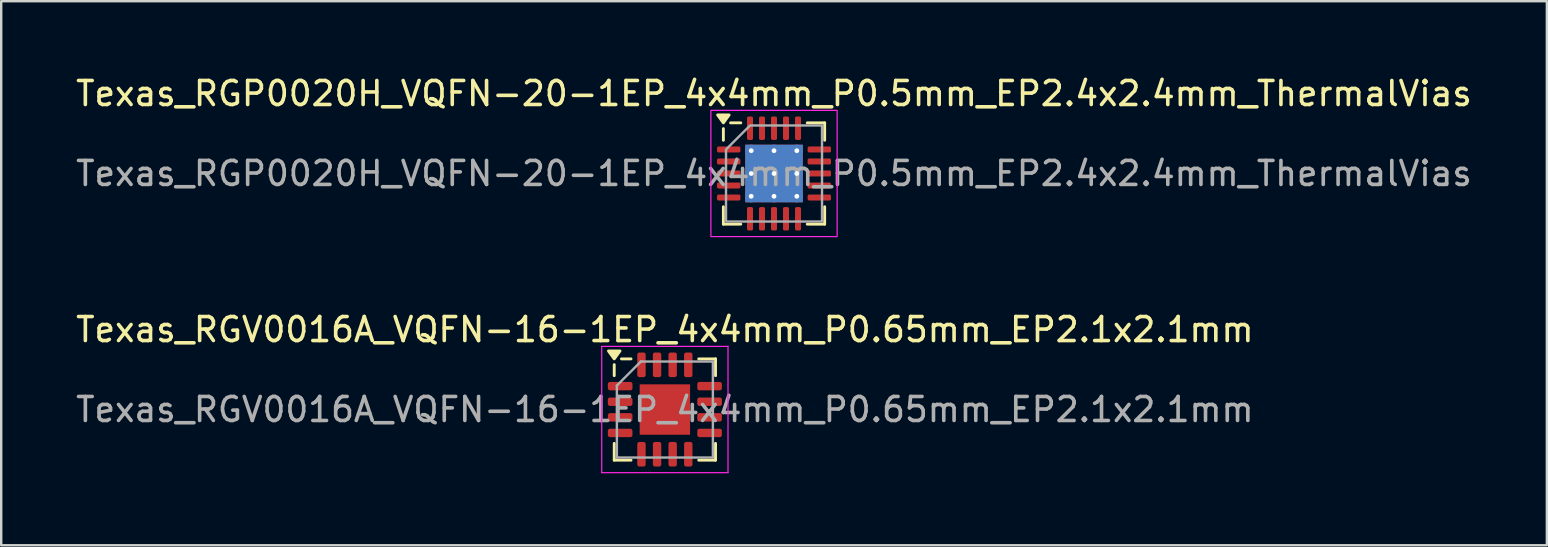
<source format=kicad_pcb>
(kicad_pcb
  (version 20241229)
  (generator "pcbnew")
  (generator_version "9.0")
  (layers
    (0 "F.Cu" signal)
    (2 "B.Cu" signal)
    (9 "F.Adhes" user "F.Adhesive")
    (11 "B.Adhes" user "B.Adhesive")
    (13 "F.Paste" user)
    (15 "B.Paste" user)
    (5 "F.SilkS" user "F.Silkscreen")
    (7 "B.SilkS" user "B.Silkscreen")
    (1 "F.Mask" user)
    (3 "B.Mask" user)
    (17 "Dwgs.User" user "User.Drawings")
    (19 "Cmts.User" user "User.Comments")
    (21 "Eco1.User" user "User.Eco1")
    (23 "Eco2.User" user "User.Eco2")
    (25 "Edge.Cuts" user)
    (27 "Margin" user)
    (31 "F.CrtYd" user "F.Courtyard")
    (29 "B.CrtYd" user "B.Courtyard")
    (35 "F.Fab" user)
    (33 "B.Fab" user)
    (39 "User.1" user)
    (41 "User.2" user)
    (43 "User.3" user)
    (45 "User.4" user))
  (footprint "Texas_RGP0020H_VQFN-20-1EP_4x4mm_P0.5mm_EP2.4x2.4mm_ThermalVias"
    (layer "F.Cu")
    (at 29.196 4.178)
    (property "Reference" "Texas_RGP0020H_VQFN-20-1EP_4x4mm_P0.5mm_EP2.4x2.4mm_ThermalVias" (at 0 -3.33 0) (layer "F.SilkS") (effects (font (size 1 1) (thickness 0.15))))
    (attr smd)
    (fp_line (start -2.11 -1.385) (end -2.11 -1.87) (stroke (width 0.12) (type solid)) (layer "F.SilkS"))
    (fp_line (start -2.11 2.11) (end -2.11 1.385) (stroke (width 0.12) (type solid)) (layer "F.SilkS"))
    (fp_line (start -1.385 -2.11) (end -1.81 -2.11) (stroke (width 0.12) (type solid)) (layer "F.SilkS"))
    (fp_line (start -1.385 2.11) (end -2.11 2.11) (stroke (width 0.12) (type solid)) (layer "F.SilkS"))
    (fp_line (start 1.385 -2.11) (end 2.11 -2.11) (stroke (width 0.12) (type solid)) (layer "F.SilkS"))
    (fp_line (start 1.385 2.11) (end 2.11 2.11) (stroke (width 0.12) (type solid)) (layer "F.SilkS"))
    (fp_line (start 2.11 -2.11) (end 2.11 -1.385) (stroke (width 0.12) (type solid)) (layer "F.SilkS"))
    (fp_line (start 2.11 2.11) (end 2.11 1.385) (stroke (width 0.12) (type solid)) (layer "F.SilkS"))
    (fp_poly (pts (xy -2.11 -2.11) (xy -2.35 -2.44) (xy -1.87 -2.44)) (stroke (width 0.12) (type solid)) (fill yes) (layer "F.SilkS"))
    (fp_rect (start -2.63 -2.63) (end 2.63 2.63) (stroke (width 0.05) (type solid)) (fill no) (layer "F.CrtYd"))
    (fp_poly (pts (xy -2 -1) (xy -2 2) (xy 2 2) (xy 2 -2) (xy -1 -2)) (stroke (width 0.1) (type solid)) (fill no) (layer "F.Fab"))
    (fp_text user "${REFERENCE}" (at 0 0 0) (layer "F.Fab") (effects (font (size 1 1) (thickness 0.15))))
    (pad "" smd custom (at -0.475 -0.475) (size 0.72 0.72) (layers "F.Paste") (options (anchor circle)) (primitives (gr_poly (pts (xy -0.296 -0.19) (xy -0.19 -0.296) (xy 0.19 -0.296) (xy 0.296 -0.19) (xy 0.296 0.19) (xy 0.19 0.296) (xy -0.19 0.296) (xy -0.296 0.19)) (width 0.256) (fill yes))))
    (pad "" smd custom (at -0.475 0.475) (size 0.72 0.72) (layers "F.Paste") (options (anchor circle)) (primitives (gr_poly (pts (xy -0.296 -0.19) (xy -0.19 -0.296) (xy 0.19 -0.296) (xy 0.296 -0.19) (xy 0.296 0.19) (xy 0.19 0.296) (xy -0.19 0.296) (xy -0.296 0.19)) (width 0.256) (fill yes))))
    (pad "" smd custom (at 0.475 -0.475) (size 0.72 0.72) (layers "F.Paste") (options (anchor circle)) (primitives (gr_poly (pts (xy -0.296 -0.19) (xy -0.19 -0.296) (xy 0.19 -0.296) (xy 0.296 -0.19) (xy 0.296 0.19) (xy 0.19 0.296) (xy -0.19 0.296) (xy -0.296 0.19)) (width 0.256) (fill yes))))
    (pad "" smd custom (at 0.475 0.475) (size 0.72 0.72) (layers "F.Paste") (options (anchor circle)) (primitives (gr_poly (pts (xy -0.296 -0.19) (xy -0.19 -0.296) (xy 0.19 -0.296) (xy 0.296 -0.19) (xy 0.296 0.19) (xy 0.19 0.296) (xy -0.19 0.296) (xy -0.296 0.19)) (width 0.256) (fill yes))))
    (pad "1" smd roundrect (at -1.887 -1) (size 0.975 0.25) (layers "F.Cu" "F.Mask" "F.Paste") (roundrect_rratio 0.25))
    (pad "2" smd roundrect (at -1.887 -0.5) (size 0.975 0.25) (layers "F.Cu" "F.Mask" "F.Paste") (roundrect_rratio 0.25))
    (pad "3" smd roundrect (at -1.887 0) (size 0.975 0.25) (layers "F.Cu" "F.Mask" "F.Paste") (roundrect_rratio 0.25))
    (pad "4" smd roundrect (at -1.887 0.5) (size 0.975 0.25) (layers "F.Cu" "F.Mask" "F.Paste") (roundrect_rratio 0.25))
    (pad "5" smd roundrect (at -1.887 1) (size 0.975 0.25) (layers "F.Cu" "F.Mask" "F.Paste") (roundrect_rratio 0.25))
    (pad "6" smd roundrect (at -1 1.887) (size 0.25 0.975) (layers "F.Cu" "F.Mask" "F.Paste") (roundrect_rratio 0.25))
    (pad "7" smd roundrect (at -0.5 1.887) (size 0.25 0.975) (layers "F.Cu" "F.Mask" "F.Paste") (roundrect_rratio 0.25))
    (pad "8" smd roundrect (at 0 1.887) (size 0.25 0.975) (layers "F.Cu" "F.Mask" "F.Paste") (roundrect_rratio 0.25))
    (pad "9" smd roundrect (at 0.5 1.887) (size 0.25 0.975) (layers "F.Cu" "F.Mask" "F.Paste") (roundrect_rratio 0.25))
    (pad "10" smd roundrect (at 1 1.887) (size 0.25 0.975) (layers "F.Cu" "F.Mask" "F.Paste") (roundrect_rratio 0.25))
    (pad "11" smd roundrect (at 1.887 1) (size 0.975 0.25) (layers "F.Cu" "F.Mask" "F.Paste") (roundrect_rratio 0.25))
    (pad "12" smd roundrect (at 1.887 0.5) (size 0.975 0.25) (layers "F.Cu" "F.Mask" "F.Paste") (roundrect_rratio 0.25))
    (pad "13" smd roundrect (at 1.887 0) (size 0.975 0.25) (layers "F.Cu" "F.Mask" "F.Paste") (roundrect_rratio 0.25))
    (pad "14" smd roundrect (at 1.887 -0.5) (size 0.975 0.25) (layers "F.Cu" "F.Mask" "F.Paste") (roundrect_rratio 0.25))
    (pad "15" smd roundrect (at 1.887 -1) (size 0.975 0.25) (layers "F.Cu" "F.Mask" "F.Paste") (roundrect_rratio 0.25))
    (pad "16" smd roundrect (at 1 -1.887) (size 0.25 0.975) (layers "F.Cu" "F.Mask" "F.Paste") (roundrect_rratio 0.25))
    (pad "17" smd roundrect (at 0.5 -1.887) (size 0.25 0.975) (layers "F.Cu" "F.Mask" "F.Paste") (roundrect_rratio 0.25))
    (pad "18" smd roundrect (at 0 -1.887) (size 0.25 0.975) (layers "F.Cu" "F.Mask" "F.Paste") (roundrect_rratio 0.25))
    (pad "19" smd roundrect (at -0.5 -1.887) (size 0.25 0.975) (layers "F.Cu" "F.Mask" "F.Paste") (roundrect_rratio 0.25))
    (pad "20" smd roundrect (at -1 -1.887) (size 0.25 0.975) (layers "F.Cu" "F.Mask" "F.Paste") (roundrect_rratio 0.25))
    (pad "21" thru_hole circle (at -0.95 -0.95) (size 0.5 0.5) (drill 0.2) (property pad_prop_heatsink) (layers "*.Cu"))
    (pad "21" thru_hole circle (at -0.95 0) (size 0.5 0.5) (drill 0.2) (property pad_prop_heatsink) (layers "*.Cu"))
    (pad "21" thru_hole circle (at -0.95 0.95) (size 0.5 0.5) (drill 0.2) (property pad_prop_heatsink) (layers "*.Cu"))
    (pad "21" thru_hole circle (at 0 -0.95) (size 0.5 0.5) (drill 0.2) (property pad_prop_heatsink) (layers "*.Cu"))
    (pad "21" thru_hole circle (at 0 0) (size 0.5 0.5) (drill 0.2) (property pad_prop_heatsink) (layers "*.Cu"))
    (pad "21" smd rect (at 0 0) (size 2.4 2.4) (property pad_prop_heatsink) (layers "F.Cu" "F.Mask"))
    (pad "21" smd rect (at 0 0) (size 2.4 2.4) (property pad_prop_heatsink) (layers "B.Cu"))
    (pad "21" thru_hole circle (at 0 0.95) (size 0.5 0.5) (drill 0.2) (property pad_prop_heatsink) (layers "*.Cu"))
    (pad "21" thru_hole circle (at 0.95 -0.95) (size 0.5 0.5) (drill 0.2) (property pad_prop_heatsink) (layers "*.Cu"))
    (pad "21" thru_hole circle (at 0.95 0) (size 0.5 0.5) (drill 0.2) (property pad_prop_heatsink) (layers "*.Cu"))
    (pad "21" thru_hole circle (at 0.95 0.95) (size 0.5 0.5) (drill 0.2) (property pad_prop_heatsink) (layers "*.Cu")))
  (footprint "Texas_RGV0016A_VQFN-16-1EP_4x4mm_P0.65mm_EP2.1x2.1mm"
    (layer "F.Cu")
    (at 24.649 14.011)
    (property "Reference" "Texas_RGV0016A_VQFN-16-1EP_4x4mm_P0.65mm_EP2.1x2.1mm" (at 0 -3.33 0) (layer "F.SilkS") (effects (font (size 1 1) (thickness 0.15))))
    (attr smd)
    (fp_line (start -2.11 -1.41) (end -2.11 -1.87) (stroke (width 0.12) (type solid)) (layer "F.SilkS"))
    (fp_line (start -2.11 2.11) (end -2.11 1.41) (stroke (width 0.12) (type solid)) (layer "F.SilkS"))
    (fp_line (start -1.41 -2.11) (end -1.81 -2.11) (stroke (width 0.12) (type solid)) (layer "F.SilkS"))
    (fp_line (start -1.41 2.11) (end -2.11 2.11) (stroke (width 0.12) (type solid)) (layer "F.SilkS"))
    (fp_line (start 1.41 -2.11) (end 2.11 -2.11) (stroke (width 0.12) (type solid)) (layer "F.SilkS"))
    (fp_line (start 1.41 2.11) (end 2.11 2.11) (stroke (width 0.12) (type solid)) (layer "F.SilkS"))
    (fp_line (start 2.11 -2.11) (end 2.11 -1.41) (stroke (width 0.12) (type solid)) (layer "F.SilkS"))
    (fp_line (start 2.11 2.11) (end 2.11 1.41) (stroke (width 0.12) (type solid)) (layer "F.SilkS"))
    (fp_poly (pts (xy -2.11 -2.11) (xy -2.35 -2.44) (xy -1.87 -2.44) (xy -2.11 -2.11)) (stroke (width 0.12) (type solid)) (fill yes) (layer "F.SilkS"))
    (fp_line (start -2.63 -2.63) (end -2.63 2.63) (stroke (width 0.05) (type solid)) (layer "F.CrtYd"))
    (fp_line (start -2.63 2.63) (end 2.63 2.63) (stroke (width 0.05) (type solid)) (layer "F.CrtYd"))
    (fp_line (start 2.63 -2.63) (end -2.63 -2.63) (stroke (width 0.05) (type solid)) (layer "F.CrtYd"))
    (fp_line (start 2.63 2.63) (end 2.63 -2.63) (stroke (width 0.05) (type solid)) (layer "F.CrtYd"))
    (fp_line (start -2 -1) (end -1 -2) (stroke (width 0.1) (type solid)) (layer "F.Fab"))
    (fp_line (start -2 2) (end -2 -1) (stroke (width 0.1) (type solid)) (layer "F.Fab"))
    (fp_line (start -1 -2) (end 2 -2) (stroke (width 0.1) (type solid)) (layer "F.Fab"))
    (fp_line (start 2 -2) (end 2 2) (stroke (width 0.1) (type solid)) (layer "F.Fab"))
    (fp_line (start 2 2) (end -2 2) (stroke (width 0.1) (type solid)) (layer "F.Fab"))
    (fp_text user "${REFERENCE}" (at 0 0 0) (layer "F.Fab") (effects (font (size 1 1) (thickness 0.15))))
    (pad "" smd roundrect (at -0.525 -0.525) (size 0.85 0.85) (layers "F.Paste") (roundrect_rratio 0.25))
    (pad "" smd roundrect (at -0.525 0.525) (size 0.85 0.85) (layers "F.Paste") (roundrect_rratio 0.25))
    (pad "" smd roundrect (at 0.525 -0.525) (size 0.85 0.85) (layers "F.Paste") (roundrect_rratio 0.25))
    (pad "" smd roundrect (at 0.525 0.525) (size 0.85 0.85) (layers "F.Paste") (roundrect_rratio 0.25))
    (pad "1" smd roundrect (at -1.863 -0.975) (size 1.025 0.35) (layers "F.Cu" "F.Mask" "F.Paste") (roundrect_rratio 0.25))
    (pad "2" smd roundrect (at -1.863 -0.325) (size 1.025 0.35) (layers "F.Cu" "F.Mask" "F.Paste") (roundrect_rratio 0.25))
    (pad "3" smd roundrect (at -1.863 0.325) (size 1.025 0.35) (layers "F.Cu" "F.Mask" "F.Paste") (roundrect_rratio 0.25))
    (pad "4" smd roundrect (at -1.863 0.975) (size 1.025 0.35) (layers "F.Cu" "F.Mask" "F.Paste") (roundrect_rratio 0.25))
    (pad "5" smd roundrect (at -0.975 1.863) (size 0.35 1.025) (layers "F.Cu" "F.Mask" "F.Paste") (roundrect_rratio 0.25))
    (pad "6" smd roundrect (at -0.325 1.863) (size 0.35 1.025) (layers "F.Cu" "F.Mask" "F.Paste") (roundrect_rratio 0.25))
    (pad "7" smd roundrect (at 0.325 1.863) (size 0.35 1.025) (layers "F.Cu" "F.Mask" "F.Paste") (roundrect_rratio 0.25))
    (pad "8" smd roundrect (at 0.975 1.863) (size 0.35 1.025) (layers "F.Cu" "F.Mask" "F.Paste") (roundrect_rratio 0.25))
    (pad "9" smd roundrect (at 1.863 0.975) (size 1.025 0.35) (layers "F.Cu" "F.Mask" "F.Paste") (roundrect_rratio 0.25))
    (pad "10" smd roundrect (at 1.863 0.325) (size 1.025 0.35) (layers "F.Cu" "F.Mask" "F.Paste") (roundrect_rratio 0.25))
    (pad "11" smd roundrect (at 1.863 -0.325) (size 1.025 0.35) (layers "F.Cu" "F.Mask" "F.Paste") (roundrect_rratio 0.25))
    (pad "12" smd roundrect (at 1.863 -0.975) (size 1.025 0.35) (layers "F.Cu" "F.Mask" "F.Paste") (roundrect_rratio 0.25))
    (pad "13" smd roundrect (at 0.975 -1.863) (size 0.35 1.025) (layers "F.Cu" "F.Mask" "F.Paste") (roundrect_rratio 0.25))
    (pad "14" smd roundrect (at 0.325 -1.863) (size 0.35 1.025) (layers "F.Cu" "F.Mask" "F.Paste") (roundrect_rratio 0.25))
    (pad "15" smd roundrect (at -0.325 -1.863) (size 0.35 1.025) (layers "F.Cu" "F.Mask" "F.Paste") (roundrect_rratio 0.25))
    (pad "16" smd roundrect (at -0.975 -1.863) (size 0.35 1.025) (layers "F.Cu" "F.Mask" "F.Paste") (roundrect_rratio 0.25))
    (pad "17" smd rect (at 0 0) (size 2.1 2.1) (property pad_prop_heatsink) (layers "F.Cu" "F.Mask")))
  (gr_rect
    (start -3 -3)
    (end 61.393 19.666)
    (stroke (width 0.1) (type default))
    (fill no)
    (layer "Edge.Cuts")))
</source>
